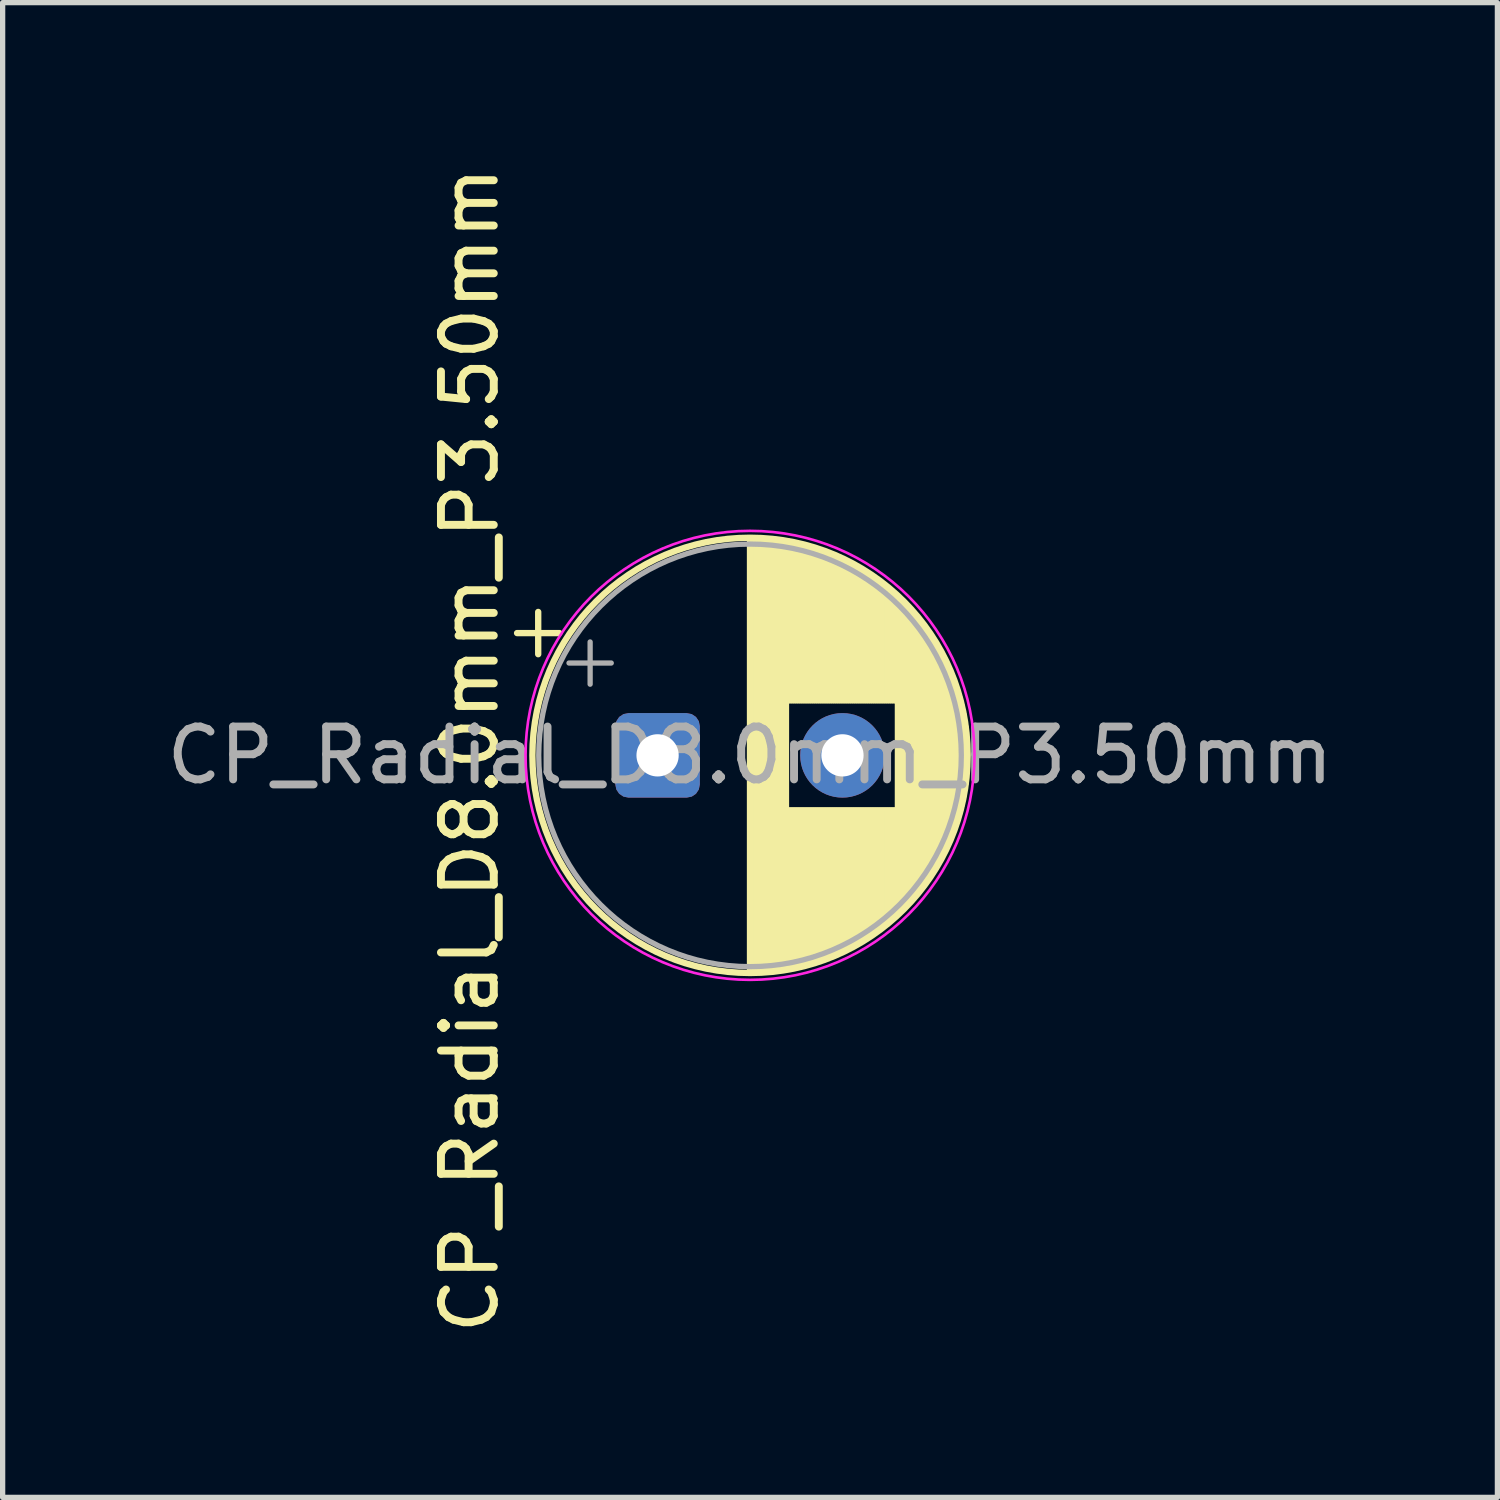
<source format=kicad_pcb>
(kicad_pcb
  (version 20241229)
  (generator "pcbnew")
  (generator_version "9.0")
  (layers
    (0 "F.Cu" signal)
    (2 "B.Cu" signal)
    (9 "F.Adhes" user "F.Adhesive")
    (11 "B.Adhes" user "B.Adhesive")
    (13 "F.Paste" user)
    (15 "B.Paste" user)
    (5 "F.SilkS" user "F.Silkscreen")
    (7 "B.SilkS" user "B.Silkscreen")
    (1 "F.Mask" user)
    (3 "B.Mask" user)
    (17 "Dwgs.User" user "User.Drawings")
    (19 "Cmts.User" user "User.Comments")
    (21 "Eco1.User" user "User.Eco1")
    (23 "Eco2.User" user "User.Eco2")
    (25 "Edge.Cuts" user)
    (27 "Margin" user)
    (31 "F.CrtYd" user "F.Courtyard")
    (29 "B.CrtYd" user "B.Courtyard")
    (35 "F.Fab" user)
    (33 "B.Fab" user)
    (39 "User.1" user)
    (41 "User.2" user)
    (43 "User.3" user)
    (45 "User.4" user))
  (footprint "CP_Radial_D8.0mm_P3.50mm"
    (layer "F.Cu")
    (at 9.399 11.25)
    (property "Reference" "CP_Radial_D8.0mm_P3.50mm" (at -3.556 -0.102 90) (unlocked yes) (layer "F.SilkS") (effects (font (size 1 1) (thickness 0.15))))
    (attr through_hole)
    (fp_line (start -2.66 -2.315) (end -1.86 -2.315) (stroke (width 0.12) (type solid)) (layer "F.SilkS"))
    (fp_line (start -2.26 -2.715) (end -2.26 -1.915) (stroke (width 0.12) (type solid)) (layer "F.SilkS"))
    (fp_line (start 1.75 -4.08) (end 1.75 4.08) (stroke (width 0.12) (type solid)) (layer "F.SilkS"))
    (fp_line (start 1.79 -4.08) (end 1.79 4.08) (stroke (width 0.12) (type solid)) (layer "F.SilkS"))
    (fp_line (start 1.83 -4.079) (end 1.83 4.079) (stroke (width 0.12) (type solid)) (layer "F.SilkS"))
    (fp_line (start 1.87 -4.078) (end 1.87 4.078) (stroke (width 0.12) (type solid)) (layer "F.SilkS"))
    (fp_line (start 1.91 -4.077) (end 1.91 4.077) (stroke (width 0.12) (type solid)) (layer "F.SilkS"))
    (fp_line (start 1.95 -4.075) (end 1.95 4.075) (stroke (width 0.12) (type solid)) (layer "F.SilkS"))
    (fp_line (start 1.99 -4.073) (end 1.99 4.073) (stroke (width 0.12) (type solid)) (layer "F.SilkS"))
    (fp_line (start 2.03 -4.07) (end 2.03 4.07) (stroke (width 0.12) (type solid)) (layer "F.SilkS"))
    (fp_line (start 2.07 -4.068) (end 2.07 4.068) (stroke (width 0.12) (type solid)) (layer "F.SilkS"))
    (fp_line (start 2.11 -4.064) (end 2.11 4.064) (stroke (width 0.12) (type solid)) (layer "F.SilkS"))
    (fp_line (start 2.15 -4.061) (end 2.15 4.061) (stroke (width 0.12) (type solid)) (layer "F.SilkS"))
    (fp_line (start 2.19 -4.056) (end 2.19 4.056) (stroke (width 0.12) (type solid)) (layer "F.SilkS"))
    (fp_line (start 2.23 -4.052) (end 2.23 4.052) (stroke (width 0.12) (type solid)) (layer "F.SilkS"))
    (fp_line (start 2.27 -4.047) (end 2.27 4.047) (stroke (width 0.12) (type solid)) (layer "F.SilkS"))
    (fp_line (start 2.31 -4.042) (end 2.31 4.042) (stroke (width 0.12) (type solid)) (layer "F.SilkS"))
    (fp_line (start 2.35 -4.036) (end 2.35 4.036) (stroke (width 0.12) (type solid)) (layer "F.SilkS"))
    (fp_line (start 2.39 -4.03) (end 2.39 4.03) (stroke (width 0.12) (type solid)) (layer "F.SilkS"))
    (fp_line (start 2.43 -4.023) (end 2.43 4.023) (stroke (width 0.12) (type solid)) (layer "F.SilkS"))
    (fp_line (start 2.47 -4.017) (end 2.47 -1.04) (stroke (width 0.12) (type solid)) (layer "F.SilkS"))
    (fp_line (start 2.47 1.04) (end 2.47 4.017) (stroke (width 0.12) (type solid)) (layer "F.SilkS"))
    (fp_line (start 2.51 -4.009) (end 2.51 -1.04) (stroke (width 0.12) (type solid)) (layer "F.SilkS"))
    (fp_line (start 2.51 1.04) (end 2.51 4.009) (stroke (width 0.12) (type solid)) (layer "F.SilkS"))
    (fp_line (start 2.55 -4.002) (end 2.55 -1.04) (stroke (width 0.12) (type solid)) (layer "F.SilkS"))
    (fp_line (start 2.55 1.04) (end 2.55 4.002) (stroke (width 0.12) (type solid)) (layer "F.SilkS"))
    (fp_line (start 2.59 -3.993) (end 2.59 -1.04) (stroke (width 0.12) (type solid)) (layer "F.SilkS"))
    (fp_line (start 2.59 1.04) (end 2.59 3.993) (stroke (width 0.12) (type solid)) (layer "F.SilkS"))
    (fp_line (start 2.63 -3.985) (end 2.63 -1.04) (stroke (width 0.12) (type solid)) (layer "F.SilkS"))
    (fp_line (start 2.63 1.04) (end 2.63 3.985) (stroke (width 0.12) (type solid)) (layer "F.SilkS"))
    (fp_line (start 2.67 -3.976) (end 2.67 -1.04) (stroke (width 0.12) (type solid)) (layer "F.SilkS"))
    (fp_line (start 2.67 1.04) (end 2.67 3.976) (stroke (width 0.12) (type solid)) (layer "F.SilkS"))
    (fp_line (start 2.71 -3.967) (end 2.71 -1.04) (stroke (width 0.12) (type solid)) (layer "F.SilkS"))
    (fp_line (start 2.71 1.04) (end 2.71 3.967) (stroke (width 0.12) (type solid)) (layer "F.SilkS"))
    (fp_line (start 2.75 -3.957) (end 2.75 -1.04) (stroke (width 0.12) (type solid)) (layer "F.SilkS"))
    (fp_line (start 2.75 1.04) (end 2.75 3.957) (stroke (width 0.12) (type solid)) (layer "F.SilkS"))
    (fp_line (start 2.79 -3.947) (end 2.79 -1.04) (stroke (width 0.12) (type solid)) (layer "F.SilkS"))
    (fp_line (start 2.79 1.04) (end 2.79 3.947) (stroke (width 0.12) (type solid)) (layer "F.SilkS"))
    (fp_line (start 2.83 -3.936) (end 2.83 -1.04) (stroke (width 0.12) (type solid)) (layer "F.SilkS"))
    (fp_line (start 2.83 1.04) (end 2.83 3.936) (stroke (width 0.12) (type solid)) (layer "F.SilkS"))
    (fp_line (start 2.87 -3.925) (end 2.87 -1.04) (stroke (width 0.12) (type solid)) (layer "F.SilkS"))
    (fp_line (start 2.87 1.04) (end 2.87 3.925) (stroke (width 0.12) (type solid)) (layer "F.SilkS"))
    (fp_line (start 2.91 -3.913) (end 2.91 -1.04) (stroke (width 0.12) (type solid)) (layer "F.SilkS"))
    (fp_line (start 2.91 1.04) (end 2.91 3.913) (stroke (width 0.12) (type solid)) (layer "F.SilkS"))
    (fp_line (start 2.95 -3.901) (end 2.95 -1.04) (stroke (width 0.12) (type solid)) (layer "F.SilkS"))
    (fp_line (start 2.95 1.04) (end 2.95 3.901) (stroke (width 0.12) (type solid)) (layer "F.SilkS"))
    (fp_line (start 2.99 -3.889) (end 2.99 -1.04) (stroke (width 0.12) (type solid)) (layer "F.SilkS"))
    (fp_line (start 2.99 1.04) (end 2.99 3.889) (stroke (width 0.12) (type solid)) (layer "F.SilkS"))
    (fp_line (start 3.03 -3.876) (end 3.03 -1.04) (stroke (width 0.12) (type solid)) (layer "F.SilkS"))
    (fp_line (start 3.03 1.04) (end 3.03 3.876) (stroke (width 0.12) (type solid)) (layer "F.SilkS"))
    (fp_line (start 3.07 -3.863) (end 3.07 -1.04) (stroke (width 0.12) (type solid)) (layer "F.SilkS"))
    (fp_line (start 3.07 1.04) (end 3.07 3.863) (stroke (width 0.12) (type solid)) (layer "F.SilkS"))
    (fp_line (start 3.11 -3.849) (end 3.11 -1.04) (stroke (width 0.12) (type solid)) (layer "F.SilkS"))
    (fp_line (start 3.11 1.04) (end 3.11 3.849) (stroke (width 0.12) (type solid)) (layer "F.SilkS"))
    (fp_line (start 3.15 -3.835) (end 3.15 -1.04) (stroke (width 0.12) (type solid)) (layer "F.SilkS"))
    (fp_line (start 3.15 1.04) (end 3.15 3.835) (stroke (width 0.12) (type solid)) (layer "F.SilkS"))
    (fp_line (start 3.19 -3.82) (end 3.19 -1.04) (stroke (width 0.12) (type solid)) (layer "F.SilkS"))
    (fp_line (start 3.19 1.04) (end 3.19 3.82) (stroke (width 0.12) (type solid)) (layer "F.SilkS"))
    (fp_line (start 3.23 -3.805) (end 3.23 -1.04) (stroke (width 0.12) (type solid)) (layer "F.SilkS"))
    (fp_line (start 3.23 1.04) (end 3.23 3.805) (stroke (width 0.12) (type solid)) (layer "F.SilkS"))
    (fp_line (start 3.27 -3.789) (end 3.27 -1.04) (stroke (width 0.12) (type solid)) (layer "F.SilkS"))
    (fp_line (start 3.27 1.04) (end 3.27 3.789) (stroke (width 0.12) (type solid)) (layer "F.SilkS"))
    (fp_line (start 3.31 -3.773) (end 3.31 -1.04) (stroke (width 0.12) (type solid)) (layer "F.SilkS"))
    (fp_line (start 3.31 1.04) (end 3.31 3.773) (stroke (width 0.12) (type solid)) (layer "F.SilkS"))
    (fp_line (start 3.35 -3.757) (end 3.35 -1.04) (stroke (width 0.12) (type solid)) (layer "F.SilkS"))
    (fp_line (start 3.35 1.04) (end 3.35 3.757) (stroke (width 0.12) (type solid)) (layer "F.SilkS"))
    (fp_line (start 3.39 -3.74) (end 3.39 -1.04) (stroke (width 0.12) (type solid)) (layer "F.SilkS"))
    (fp_line (start 3.39 1.04) (end 3.39 3.74) (stroke (width 0.12) (type solid)) (layer "F.SilkS"))
    (fp_line (start 3.43 -3.722) (end 3.43 -1.04) (stroke (width 0.12) (type solid)) (layer "F.SilkS"))
    (fp_line (start 3.43 1.04) (end 3.43 3.722) (stroke (width 0.12) (type solid)) (layer "F.SilkS"))
    (fp_line (start 3.47 -3.704) (end 3.47 -1.04) (stroke (width 0.12) (type solid)) (layer "F.SilkS"))
    (fp_line (start 3.47 1.04) (end 3.47 3.704) (stroke (width 0.12) (type solid)) (layer "F.SilkS"))
    (fp_line (start 3.51 -3.685) (end 3.51 -1.04) (stroke (width 0.12) (type solid)) (layer "F.SilkS"))
    (fp_line (start 3.51 1.04) (end 3.51 3.685) (stroke (width 0.12) (type solid)) (layer "F.SilkS"))
    (fp_line (start 3.55 -3.666) (end 3.55 -1.04) (stroke (width 0.12) (type solid)) (layer "F.SilkS"))
    (fp_line (start 3.55 1.04) (end 3.55 3.666) (stroke (width 0.12) (type solid)) (layer "F.SilkS"))
    (fp_line (start 3.59 -3.646) (end 3.59 -1.04) (stroke (width 0.12) (type solid)) (layer "F.SilkS"))
    (fp_line (start 3.59 1.04) (end 3.59 3.646) (stroke (width 0.12) (type solid)) (layer "F.SilkS"))
    (fp_line (start 3.63 -3.626) (end 3.63 -1.04) (stroke (width 0.12) (type solid)) (layer "F.SilkS"))
    (fp_line (start 3.63 1.04) (end 3.63 3.626) (stroke (width 0.12) (type solid)) (layer "F.SilkS"))
    (fp_line (start 3.67 -3.605) (end 3.67 -1.04) (stroke (width 0.12) (type solid)) (layer "F.SilkS"))
    (fp_line (start 3.67 1.04) (end 3.67 3.605) (stroke (width 0.12) (type solid)) (layer "F.SilkS"))
    (fp_line (start 3.71 -3.584) (end 3.71 -1.04) (stroke (width 0.12) (type solid)) (layer "F.SilkS"))
    (fp_line (start 3.71 1.04) (end 3.71 3.584) (stroke (width 0.12) (type solid)) (layer "F.SilkS"))
    (fp_line (start 3.75 -3.562) (end 3.75 -1.04) (stroke (width 0.12) (type solid)) (layer "F.SilkS"))
    (fp_line (start 3.75 1.04) (end 3.75 3.562) (stroke (width 0.12) (type solid)) (layer "F.SilkS"))
    (fp_line (start 3.79 -3.539) (end 3.79 -1.04) (stroke (width 0.12) (type solid)) (layer "F.SilkS"))
    (fp_line (start 3.79 1.04) (end 3.79 3.539) (stroke (width 0.12) (type solid)) (layer "F.SilkS"))
    (fp_line (start 3.83 -3.516) (end 3.83 -1.04) (stroke (width 0.12) (type solid)) (layer "F.SilkS"))
    (fp_line (start 3.83 1.04) (end 3.83 3.516) (stroke (width 0.12) (type solid)) (layer "F.SilkS"))
    (fp_line (start 3.87 -3.493) (end 3.87 -1.04) (stroke (width 0.12) (type solid)) (layer "F.SilkS"))
    (fp_line (start 3.87 1.04) (end 3.87 3.493) (stroke (width 0.12) (type solid)) (layer "F.SilkS"))
    (fp_line (start 3.91 -3.468) (end 3.91 -1.04) (stroke (width 0.12) (type solid)) (layer "F.SilkS"))
    (fp_line (start 3.91 1.04) (end 3.91 3.468) (stroke (width 0.12) (type solid)) (layer "F.SilkS"))
    (fp_line (start 3.95 -3.443) (end 3.95 -1.04) (stroke (width 0.12) (type solid)) (layer "F.SilkS"))
    (fp_line (start 3.95 1.04) (end 3.95 3.443) (stroke (width 0.12) (type solid)) (layer "F.SilkS"))
    (fp_line (start 3.99 -3.418) (end 3.99 -1.04) (stroke (width 0.12) (type solid)) (layer "F.SilkS"))
    (fp_line (start 3.99 1.04) (end 3.99 3.418) (stroke (width 0.12) (type solid)) (layer "F.SilkS"))
    (fp_line (start 4.03 -3.392) (end 4.03 -1.04) (stroke (width 0.12) (type solid)) (layer "F.SilkS"))
    (fp_line (start 4.03 1.04) (end 4.03 3.392) (stroke (width 0.12) (type solid)) (layer "F.SilkS"))
    (fp_line (start 4.07 -3.365) (end 4.07 -1.04) (stroke (width 0.12) (type solid)) (layer "F.SilkS"))
    (fp_line (start 4.07 1.04) (end 4.07 3.365) (stroke (width 0.12) (type solid)) (layer "F.SilkS"))
    (fp_line (start 4.11 -3.337) (end 4.11 -1.04) (stroke (width 0.12) (type solid)) (layer "F.SilkS"))
    (fp_line (start 4.11 1.04) (end 4.11 3.337) (stroke (width 0.12) (type solid)) (layer "F.SilkS"))
    (fp_line (start 4.15 -3.309) (end 4.15 -1.04) (stroke (width 0.12) (type solid)) (layer "F.SilkS"))
    (fp_line (start 4.15 1.04) (end 4.15 3.309) (stroke (width 0.12) (type solid)) (layer "F.SilkS"))
    (fp_line (start 4.19 -3.28) (end 4.19 -1.04) (stroke (width 0.12) (type solid)) (layer "F.SilkS"))
    (fp_line (start 4.19 1.04) (end 4.19 3.28) (stroke (width 0.12) (type solid)) (layer "F.SilkS"))
    (fp_line (start 4.23 -3.25) (end 4.23 -1.04) (stroke (width 0.12) (type solid)) (layer "F.SilkS"))
    (fp_line (start 4.23 1.04) (end 4.23 3.25) (stroke (width 0.12) (type solid)) (layer "F.SilkS"))
    (fp_line (start 4.27 -3.219) (end 4.27 -1.04) (stroke (width 0.12) (type solid)) (layer "F.SilkS"))
    (fp_line (start 4.27 1.04) (end 4.27 3.219) (stroke (width 0.12) (type solid)) (layer "F.SilkS"))
    (fp_line (start 4.31 -3.188) (end 4.31 -1.04) (stroke (width 0.12) (type solid)) (layer "F.SilkS"))
    (fp_line (start 4.31 1.04) (end 4.31 3.188) (stroke (width 0.12) (type solid)) (layer "F.SilkS"))
    (fp_line (start 4.35 -3.156) (end 4.35 -1.04) (stroke (width 0.12) (type solid)) (layer "F.SilkS"))
    (fp_line (start 4.35 1.04) (end 4.35 3.156) (stroke (width 0.12) (type solid)) (layer "F.SilkS"))
    (fp_line (start 4.39 -3.123) (end 4.39 -1.04) (stroke (width 0.12) (type solid)) (layer "F.SilkS"))
    (fp_line (start 4.39 1.04) (end 4.39 3.123) (stroke (width 0.12) (type solid)) (layer "F.SilkS"))
    (fp_line (start 4.43 -3.089) (end 4.43 -1.04) (stroke (width 0.12) (type solid)) (layer "F.SilkS"))
    (fp_line (start 4.43 1.04) (end 4.43 3.089) (stroke (width 0.12) (type solid)) (layer "F.SilkS"))
    (fp_line (start 4.47 -3.055) (end 4.47 -1.04) (stroke (width 0.12) (type solid)) (layer "F.SilkS"))
    (fp_line (start 4.47 1.04) (end 4.47 3.055) (stroke (width 0.12) (type solid)) (layer "F.SilkS"))
    (fp_line (start 4.51 -3.019) (end 4.51 -1.04) (stroke (width 0.12) (type solid)) (layer "F.SilkS"))
    (fp_line (start 4.51 1.04) (end 4.51 3.019) (stroke (width 0.12) (type solid)) (layer "F.SilkS"))
    (fp_line (start 4.55 -2.982) (end 4.55 2.982) (stroke (width 0.12) (type solid)) (layer "F.SilkS"))
    (fp_line (start 4.59 -2.945) (end 4.59 2.945) (stroke (width 0.12) (type solid)) (layer "F.SilkS"))
    (fp_line (start 4.63 -2.906) (end 4.63 2.906) (stroke (width 0.12) (type solid)) (layer "F.SilkS"))
    (fp_line (start 4.67 -2.867) (end 4.67 2.867) (stroke (width 0.12) (type solid)) (layer "F.SilkS"))
    (fp_line (start 4.71 -2.826) (end 4.71 2.826) (stroke (width 0.12) (type solid)) (layer "F.SilkS"))
    (fp_line (start 4.75 -2.784) (end 4.75 2.784) (stroke (width 0.12) (type solid)) (layer "F.SilkS"))
    (fp_line (start 4.79 -2.741) (end 4.79 2.741) (stroke (width 0.12) (type solid)) (layer "F.SilkS"))
    (fp_line (start 4.83 -2.696) (end 4.83 2.696) (stroke (width 0.12) (type solid)) (layer "F.SilkS"))
    (fp_line (start 4.87 -2.651) (end 4.87 2.651) (stroke (width 0.12) (type solid)) (layer "F.SilkS"))
    (fp_line (start 4.91 -2.604) (end 4.91 2.604) (stroke (width 0.12) (type solid)) (layer "F.SilkS"))
    (fp_line (start 4.95 -2.555) (end 4.95 2.555) (stroke (width 0.12) (type solid)) (layer "F.SilkS"))
    (fp_line (start 4.99 -2.505) (end 4.99 2.505) (stroke (width 0.12) (type solid)) (layer "F.SilkS"))
    (fp_line (start 5.03 -2.453) (end 5.03 2.453) (stroke (width 0.12) (type solid)) (layer "F.SilkS"))
    (fp_line (start 5.07 -2.4) (end 5.07 2.4) (stroke (width 0.12) (type solid)) (layer "F.SilkS"))
    (fp_line (start 5.11 -2.344) (end 5.11 2.344) (stroke (width 0.12) (type solid)) (layer "F.SilkS"))
    (fp_line (start 5.15 -2.287) (end 5.15 2.287) (stroke (width 0.12) (type solid)) (layer "F.SilkS"))
    (fp_line (start 5.19 -2.227) (end 5.19 2.227) (stroke (width 0.12) (type solid)) (layer "F.SilkS"))
    (fp_line (start 5.23 -2.165) (end 5.23 2.165) (stroke (width 0.12) (type solid)) (layer "F.SilkS"))
    (fp_line (start 5.27 -2.101) (end 5.27 2.101) (stroke (width 0.12) (type solid)) (layer "F.SilkS"))
    (fp_line (start 5.31 -2.034) (end 5.31 2.034) (stroke (width 0.12) (type solid)) (layer "F.SilkS"))
    (fp_line (start 5.35 -1.964) (end 5.35 1.964) (stroke (width 0.12) (type solid)) (layer "F.SilkS"))
    (fp_line (start 5.39 -1.89) (end 5.39 1.89) (stroke (width 0.12) (type solid)) (layer "F.SilkS"))
    (fp_line (start 5.43 -1.813) (end 5.43 1.813) (stroke (width 0.12) (type solid)) (layer "F.SilkS"))
    (fp_line (start 5.47 -1.731) (end 5.47 1.731) (stroke (width 0.12) (type solid)) (layer "F.SilkS"))
    (fp_line (start 5.51 -1.644) (end 5.51 1.644) (stroke (width 0.12) (type solid)) (layer "F.SilkS"))
    (fp_line (start 5.55 -1.552) (end 5.55 1.552) (stroke (width 0.12) (type solid)) (layer "F.SilkS"))
    (fp_line (start 5.59 -1.453) (end 5.59 1.453) (stroke (width 0.12) (type solid)) (layer "F.SilkS"))
    (fp_line (start 5.63 -1.346) (end 5.63 1.346) (stroke (width 0.12) (type solid)) (layer "F.SilkS"))
    (fp_line (start 5.67 -1.228) (end 5.67 1.228) (stroke (width 0.12) (type solid)) (layer "F.SilkS"))
    (fp_line (start 5.71 -1.097) (end 5.71 1.097) (stroke (width 0.12) (type solid)) (layer "F.SilkS"))
    (fp_line (start 5.75 -0.947) (end 5.75 0.947) (stroke (width 0.12) (type solid)) (layer "F.SilkS"))
    (fp_line (start 5.79 -0.768) (end 5.79 0.768) (stroke (width 0.12) (type solid)) (layer "F.SilkS"))
    (fp_line (start 5.83 -0.533) (end 5.83 0.533) (stroke (width 0.12) (type solid)) (layer "F.SilkS"))
    (fp_circle (center 1.75 0) (end 5.87 0) (stroke (width 0.12) (type solid)) (fill no) (layer "F.SilkS"))
    (fp_circle (center 1.75 0) (end 6 0) (stroke (width 0.05) (type solid)) (fill no) (layer "F.CrtYd"))
    (fp_line (start -1.677 -1.748) (end -0.877 -1.748) (stroke (width 0.1) (type solid)) (layer "F.Fab"))
    (fp_line (start -1.277 -2.147) (end -1.277 -1.347) (stroke (width 0.1) (type solid)) (layer "F.Fab"))
    (fp_circle (center 1.75 0) (end 5.75 0) (stroke (width 0.1) (type solid)) (fill no) (layer "F.Fab"))
    (fp_text user "${REFERENCE}" (at 1.75 0 180) (layer "F.Fab") (effects (font (size 1 1) (thickness 0.15))))
    (pad "1" thru_hole roundrect (at 0 0) (size 1.6 1.6) (drill 0.8) (layers "*.Cu" "*.Mask") (roundrect_rratio 0.156))
    (pad "2" thru_hole circle (at 3.5 0) (size 1.6 1.6) (drill 0.8) (layers "*.Cu" "*.Mask")))
  (gr_rect
    (start -3 -3)
    (end 25.298 25.298)
    (stroke (width 0.1) (type default))
    (fill no)
    (layer "Edge.Cuts")))
</source>
